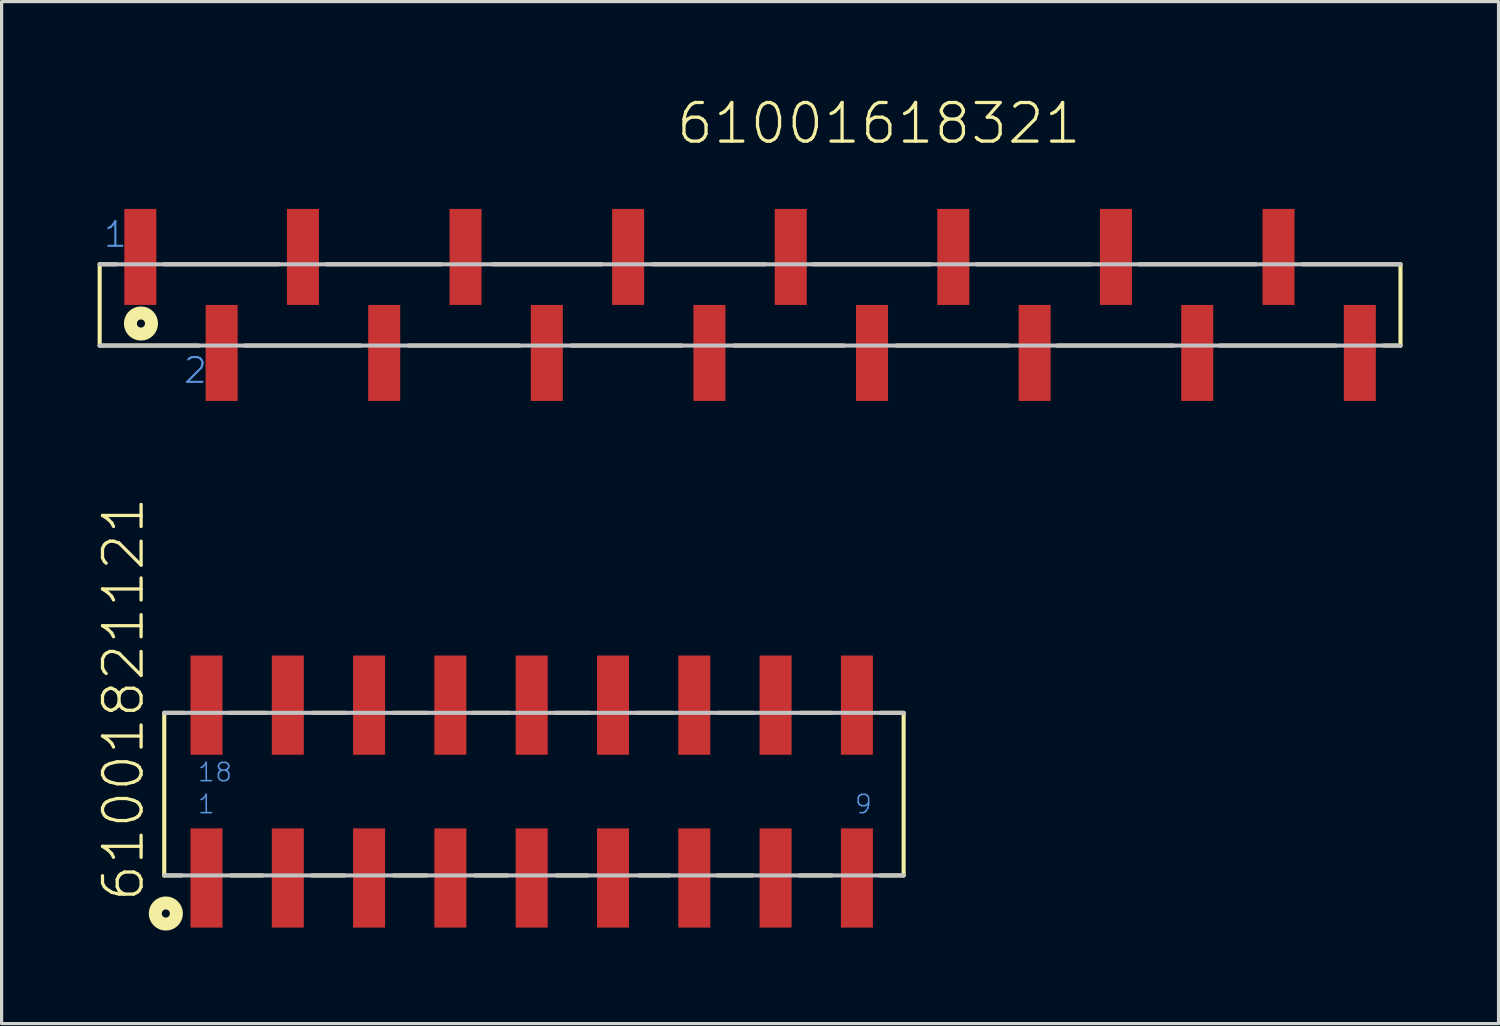
<source format=kicad_pcb>
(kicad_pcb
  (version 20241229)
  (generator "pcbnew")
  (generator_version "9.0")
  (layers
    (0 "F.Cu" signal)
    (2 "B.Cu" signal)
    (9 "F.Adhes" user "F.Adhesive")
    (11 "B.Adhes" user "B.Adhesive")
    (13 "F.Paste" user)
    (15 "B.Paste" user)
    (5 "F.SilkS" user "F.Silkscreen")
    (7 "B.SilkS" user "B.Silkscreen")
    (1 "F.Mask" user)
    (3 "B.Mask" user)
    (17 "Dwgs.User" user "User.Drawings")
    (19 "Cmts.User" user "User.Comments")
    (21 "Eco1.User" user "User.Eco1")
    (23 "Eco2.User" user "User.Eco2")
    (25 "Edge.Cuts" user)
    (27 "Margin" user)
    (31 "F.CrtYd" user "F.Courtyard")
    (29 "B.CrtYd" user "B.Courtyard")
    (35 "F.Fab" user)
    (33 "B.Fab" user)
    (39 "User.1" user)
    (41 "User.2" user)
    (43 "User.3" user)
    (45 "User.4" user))
  (footprint "61001821121"
    (layer "F.Cu")
    (at 13.561 21.68)
    (property "Reference" "61001821121" (at -12.05 3.5 90) (layer "F.SilkS") (effects (font (size 1.206 1.206) (thickness 0.102)) (justify left bottom)))
    (attr through_hole)
    (fp_line (start -11.48 -2.46) (end -11.48 2.62) (stroke (width 0.127) (type solid)) (layer "F.SilkS"))
    (fp_line (start -10.94 2.62) (end -11.48 2.62) (stroke (width 0.127) (type solid)) (layer "F.SilkS"))
    (fp_line (start -10.86 -2.46) (end -11.48 -2.46) (stroke (width 0.127) (type solid)) (layer "F.SilkS"))
    (fp_line (start -9.46 -2.46) (end -8.31 -2.46) (stroke (width 0.127) (type solid)) (layer "F.SilkS"))
    (fp_line (start -9.4 2.62) (end -8.4 2.62) (stroke (width 0.127) (type solid)) (layer "F.SilkS"))
    (fp_line (start -6.87 -2.46) (end -5.81 -2.46) (stroke (width 0.127) (type solid)) (layer "F.SilkS"))
    (fp_line (start -6.87 2.62) (end -5.85 2.62) (stroke (width 0.127) (type solid)) (layer "F.SilkS"))
    (fp_line (start -4.32 -2.46) (end -3.27 -2.46) (stroke (width 0.127) (type solid)) (layer "F.SilkS"))
    (fp_line (start -4.31 2.62) (end -3.29 2.62) (stroke (width 0.127) (type solid)) (layer "F.SilkS"))
    (fp_line (start -1.85 -2.46) (end -0.71 -2.46) (stroke (width 0.127) (type solid)) (layer "F.SilkS"))
    (fp_line (start -1.77 2.62) (end -0.75 2.62) (stroke (width 0.127) (type solid)) (layer "F.SilkS"))
    (fp_line (start 0.74 -2.46) (end 1.8 -2.46) (stroke (width 0.127) (type solid)) (layer "F.SilkS"))
    (fp_line (start 0.77 2.62) (end 1.75 2.62) (stroke (width 0.127) (type solid)) (layer "F.SilkS"))
    (fp_line (start 3.26 -2.46) (end 4.39 -2.46) (stroke (width 0.127) (type solid)) (layer "F.SilkS"))
    (fp_line (start 3.36 2.62) (end 4.31 2.62) (stroke (width 0.127) (type solid)) (layer "F.SilkS"))
    (fp_line (start 5.81 2.62) (end 6.9 2.62) (stroke (width 0.127) (type solid)) (layer "F.SilkS"))
    (fp_line (start 5.83 -2.46) (end 6.91 -2.46) (stroke (width 0.127) (type solid)) (layer "F.SilkS"))
    (fp_line (start 8.37 2.62) (end 9.38 2.62) (stroke (width 0.127) (type solid)) (layer "F.SilkS"))
    (fp_line (start 8.38 -2.46) (end 9.39 -2.46) (stroke (width 0.127) (type solid)) (layer "F.SilkS"))
    (fp_line (start 10.88 2.62) (end 11.62 2.62) (stroke (width 0.127) (type solid)) (layer "F.SilkS"))
    (fp_line (start 10.9 -2.46) (end 11.62 -2.46) (stroke (width 0.127) (type solid)) (layer "F.SilkS"))
    (fp_line (start 11.62 -2.46) (end 11.62 2.62) (stroke (width 0.127) (type solid)) (layer "F.SilkS"))
    (fp_circle (center -11.43 3.81) (end -11.303 3.81) (stroke (width 0.406) (type solid)) (fill no) (layer "F.SilkS"))
    (fp_line (start -11.48 2.62) (end 11.62 2.62) (stroke (width 0.127) (type solid)) (layer "Dwgs.User"))
    (fp_line (start 11.62 -2.46) (end -11.48 -2.46) (stroke (width 0.127) (type solid)) (layer "Dwgs.User"))
    (fp_text user "9" (at 10.06 0.73 0) (layer "Cmts.User") (effects (font (size 0.57 0.57) (thickness 0.048)) (justify left bottom)))
    (fp_text user "1" (at -10.47 0.73 0) (layer "Cmts.User") (effects (font (size 0.57 0.57) (thickness 0.048)) (justify left bottom)))
    (fp_text user "18" (at -10.47 -0.27 0) (layer "Cmts.User") (effects (font (size 0.57 0.57) (thickness 0.048)) (justify left bottom)))
    (pad "1" smd rect (at -10.16 2.7 90) (size 3.1 1) (layers "F.Cu" "F.Mask" "F.Paste"))
    (pad "2" smd rect (at -7.62 2.7 90) (size 3.1 1) (layers "F.Cu" "F.Mask" "F.Paste"))
    (pad "3" smd rect (at -5.08 2.7 90) (size 3.1 1) (layers "F.Cu" "F.Mask" "F.Paste"))
    (pad "4" smd rect (at -2.54 2.7 90) (size 3.1 1) (layers "F.Cu" "F.Mask" "F.Paste"))
    (pad "5" smd rect (at 0 2.7 90) (size 3.1 1) (layers "F.Cu" "F.Mask" "F.Paste"))
    (pad "6" smd rect (at 2.54 2.7 90) (size 3.1 1) (layers "F.Cu" "F.Mask" "F.Paste"))
    (pad "7" smd rect (at 5.08 2.7 90) (size 3.1 1) (layers "F.Cu" "F.Mask" "F.Paste"))
    (pad "8" smd rect (at 7.62 2.7 90) (size 3.1 1) (layers "F.Cu" "F.Mask" "F.Paste"))
    (pad "9" smd rect (at 10.16 2.7 90) (size 3.1 1) (layers "F.Cu" "F.Mask" "F.Paste"))
    (pad "10" smd rect (at 10.16 -2.7 90) (size 3.1 1) (layers "F.Cu" "F.Mask" "F.Paste"))
    (pad "11" smd rect (at 7.62 -2.7 90) (size 3.1 1) (layers "F.Cu" "F.Mask" "F.Paste"))
    (pad "12" smd rect (at 5.08 -2.7 90) (size 3.1 1) (layers "F.Cu" "F.Mask" "F.Paste"))
    (pad "13" smd rect (at 2.54 -2.7 90) (size 3.1 1) (layers "F.Cu" "F.Mask" "F.Paste"))
    (pad "14" smd rect (at 0 -2.7 90) (size 3.1 1) (layers "F.Cu" "F.Mask" "F.Paste"))
    (pad "15" smd rect (at -2.54 -2.7 90) (size 3.1 1) (layers "F.Cu" "F.Mask" "F.Paste"))
    (pad "16" smd rect (at -5.08 -2.7 90) (size 3.1 1) (layers "F.Cu" "F.Mask" "F.Paste"))
    (pad "17" smd rect (at -7.62 -2.7 90) (size 3.1 1) (layers "F.Cu" "F.Mask" "F.Paste"))
    (pad "18" smd rect (at -10.16 -2.7 90) (size 3.1 1) (layers "F.Cu" "F.Mask" "F.Paste")))
  (footprint "61001618321"
    (layer "F.Cu")
    (at 20.384 6.477)
    (property "Reference" "61001618321" (at -2.362 -4.966 0) (layer "F.SilkS") (effects (font (size 1.206 1.206) (thickness 0.102)) (justify left bottom)))
    (attr through_hole)
    (fp_line (start -20.32 -1.27) (end -20.32 1.27) (stroke (width 0.127) (type solid)) (layer "F.SilkS"))
    (fp_line (start -19.8 -1.27) (end -20.32 -1.27) (stroke (width 0.127) (type solid)) (layer "F.SilkS"))
    (fp_line (start -18.31 -1.27) (end -14.73 -1.27) (stroke (width 0.127) (type solid)) (layer "F.SilkS"))
    (fp_line (start -17.23 1.27) (end -20.32 1.27) (stroke (width 0.127) (type solid)) (layer "F.SilkS"))
    (fp_line (start -15.78 1.27) (end -12.17 1.27) (stroke (width 0.127) (type solid)) (layer "F.SilkS"))
    (fp_line (start -13.23 -1.27) (end -9.66 -1.27) (stroke (width 0.127) (type solid)) (layer "F.SilkS"))
    (fp_line (start -10.67 1.27) (end -7.2 1.27) (stroke (width 0.127) (type solid)) (layer "F.SilkS"))
    (fp_line (start -8.04 -1.27) (end -4.63 -1.27) (stroke (width 0.127) (type solid)) (layer "F.SilkS"))
    (fp_line (start -5.58 1.27) (end -2.13 1.27) (stroke (width 0.127) (type solid)) (layer "F.SilkS"))
    (fp_line (start -3.04 -1.27) (end 0.48 -1.27) (stroke (width 0.127) (type solid)) (layer "F.SilkS"))
    (fp_line (start -0.5 1.27) (end 2.93 1.27) (stroke (width 0.127) (type solid)) (layer "F.SilkS"))
    (fp_line (start 1.96 -1.27) (end 5.63 -1.27) (stroke (width 0.127) (type solid)) (layer "F.SilkS"))
    (fp_line (start 4.57 1.27) (end 8.07 1.27) (stroke (width 0.127) (type solid)) (layer "F.SilkS"))
    (fp_line (start 7.08 -1.27) (end 10.66 -1.27) (stroke (width 0.127) (type solid)) (layer "F.SilkS"))
    (fp_line (start 9.6 1.27) (end 13.23 1.27) (stroke (width 0.127) (type solid)) (layer "F.SilkS"))
    (fp_line (start 12.15 -1.27) (end 15.8 -1.27) (stroke (width 0.127) (type solid)) (layer "F.SilkS"))
    (fp_line (start 14.68 1.27) (end 18.3 1.27) (stroke (width 0.127) (type solid)) (layer "F.SilkS"))
    (fp_line (start 17.26 -1.27) (end 20.32 -1.27) (stroke (width 0.127) (type solid)) (layer "F.SilkS"))
    (fp_line (start 19.8 1.27) (end 20.32 1.27) (stroke (width 0.127) (type solid)) (layer "F.SilkS"))
    (fp_line (start 20.32 1.27) (end 20.32 -1.27) (stroke (width 0.127) (type solid)) (layer "F.SilkS"))
    (fp_circle (center -19.03 0.58) (end -18.903 0.58) (stroke (width 0.406) (type solid)) (fill no) (layer "F.SilkS"))
    (fp_line (start -20.32 1.27) (end 20.32 1.27) (stroke (width 0.127) (type solid)) (layer "Dwgs.User"))
    (fp_line (start 20.32 -1.27) (end -20.32 -1.27) (stroke (width 0.127) (type solid)) (layer "Dwgs.User"))
    (fp_text user "2" (at -17.74 2.5 0) (layer "Cmts.User") (effects (font (size 0.772 0.772) (thickness 0.065)) (justify left bottom)))
    (fp_text user "1" (at -20.24 -1.75 0) (layer "Cmts.User") (effects (font (size 0.772 0.772) (thickness 0.065)) (justify left bottom)))
    (pad "1" smd rect (at -19.05 -1.5) (size 1 3) (layers "F.Cu" "F.Mask" "F.Paste"))
    (pad "2" smd rect (at -16.51 1.5) (size 1 3) (layers "F.Cu" "F.Mask" "F.Paste"))
    (pad "3" smd rect (at -13.97 -1.5) (size 1 3) (layers "F.Cu" "F.Mask" "F.Paste"))
    (pad "4" smd rect (at -11.43 1.5) (size 1 3) (layers "F.Cu" "F.Mask" "F.Paste"))
    (pad "5" smd rect (at -8.89 -1.5) (size 1 3) (layers "F.Cu" "F.Mask" "F.Paste"))
    (pad "6" smd rect (at -6.35 1.5) (size 1 3) (layers "F.Cu" "F.Mask" "F.Paste"))
    (pad "7" smd rect (at -3.81 -1.5) (size 1 3) (layers "F.Cu" "F.Mask" "F.Paste"))
    (pad "8" smd rect (at -1.27 1.5) (size 1 3) (layers "F.Cu" "F.Mask" "F.Paste"))
    (pad "9" smd rect (at 1.27 -1.5) (size 1 3) (layers "F.Cu" "F.Mask" "F.Paste"))
    (pad "10" smd rect (at 3.81 1.5) (size 1 3) (layers "F.Cu" "F.Mask" "F.Paste"))
    (pad "11" smd rect (at 6.35 -1.5) (size 1 3) (layers "F.Cu" "F.Mask" "F.Paste"))
    (pad "12" smd rect (at 8.89 1.5) (size 1 3) (layers "F.Cu" "F.Mask" "F.Paste"))
    (pad "13" smd rect (at 11.43 -1.5) (size 1 3) (layers "F.Cu" "F.Mask" "F.Paste"))
    (pad "14" smd rect (at 13.97 1.5) (size 1 3) (layers "F.Cu" "F.Mask" "F.Paste"))
    (pad "15" smd rect (at 16.51 -1.5) (size 1 3) (layers "F.Cu" "F.Mask" "F.Paste"))
    (pad "16" smd rect (at 19.05 1.5) (size 1 3) (layers "F.Cu" "F.Mask" "F.Paste")))
  (gr_rect
    (start -3 -3)
    (end 43.767 28.93)
    (stroke (width 0.1) (type default))
    (fill no)
    (layer "Edge.Cuts")))
</source>
